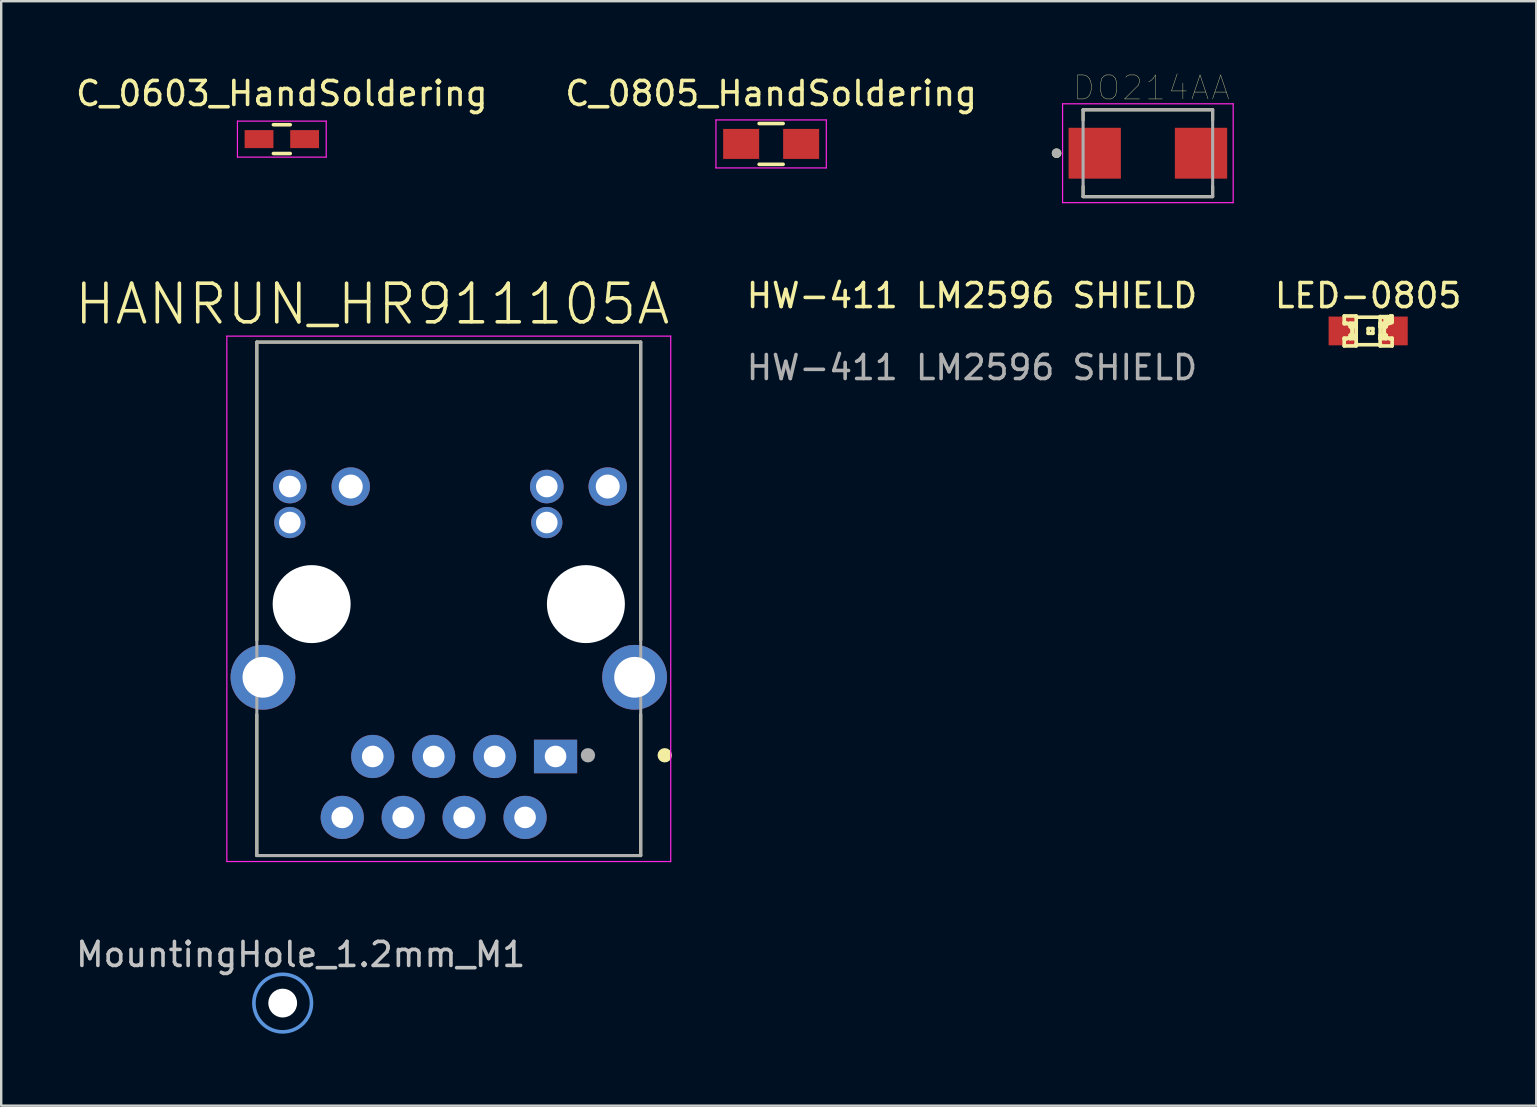
<source format=kicad_pcb>
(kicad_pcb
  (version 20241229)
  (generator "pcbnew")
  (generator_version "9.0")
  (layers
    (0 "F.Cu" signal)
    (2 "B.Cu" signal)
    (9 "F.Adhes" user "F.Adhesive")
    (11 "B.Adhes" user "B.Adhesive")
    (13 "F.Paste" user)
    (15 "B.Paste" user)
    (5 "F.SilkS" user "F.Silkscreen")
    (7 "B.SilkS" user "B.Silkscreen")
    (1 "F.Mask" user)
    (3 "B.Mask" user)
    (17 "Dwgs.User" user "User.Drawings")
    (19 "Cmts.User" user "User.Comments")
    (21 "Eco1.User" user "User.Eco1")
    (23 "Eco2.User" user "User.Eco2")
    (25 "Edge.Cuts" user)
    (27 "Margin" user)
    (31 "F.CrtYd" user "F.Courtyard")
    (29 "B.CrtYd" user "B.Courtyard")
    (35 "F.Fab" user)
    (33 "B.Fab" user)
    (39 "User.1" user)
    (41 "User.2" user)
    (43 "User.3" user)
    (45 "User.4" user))
  (footprint "MountingHole_1.2mm_M1"
    (layer "F.Cu")
    (at 8.732 38.756)
    (property "Reference" "MountingHole_1.2mm_M1" (at 0.75 -2.025 0) (layer "Dwgs.User") (effects (font (size 1 1) (thickness 0.15))))
    (attr through_hole)
    (fp_circle (center 0 0) (end 1.2 0) (stroke (width 0.15) (type solid)) (fill no) (layer "Cmts.User"))
    (pad "" np_thru_hole circle (at 0 0) (size 1.2 1.2) (drill 1.2) (layers "*.Cu" "*.Mask")))
  (footprint "DO214AA"
    (layer "F.Cu")
    (at 44.791 3.336)
    (property "Reference" "DO214AA" (at 0.15 -2.725 0) (layer "F.SilkS") (effects (font (size 1 1) (thickness 0.015))))
    (attr through_hole)
    (fp_line (start -2.7 -1.81) (end -2.7 -1.38) (stroke (width 0.127) (type solid)) (layer "F.SilkS"))
    (fp_line (start -2.7 -1.81) (end 2.7 -1.81) (stroke (width 0.127) (type solid)) (layer "F.SilkS"))
    (fp_line (start -2.7 1.38) (end -2.7 1.81) (stroke (width 0.127) (type solid)) (layer "F.SilkS"))
    (fp_line (start 2.7 -1.81) (end 2.7 -1.38) (stroke (width 0.127) (type solid)) (layer "F.SilkS"))
    (fp_line (start 2.7 1.38) (end 2.7 1.81) (stroke (width 0.127) (type solid)) (layer "F.SilkS"))
    (fp_line (start 2.7 1.81) (end -2.7 1.81) (stroke (width 0.127) (type solid)) (layer "F.SilkS"))
    (fp_circle (center -3.805 0) (end -3.705 0) (stroke (width 0.2) (type solid)) (fill no) (layer "F.SilkS"))
    (fp_line (start -3.555 -2.06) (end 3.555 -2.06) (stroke (width 0.05) (type solid)) (layer "F.CrtYd"))
    (fp_line (start -3.555 2.06) (end -3.555 -2.06) (stroke (width 0.05) (type solid)) (layer "F.CrtYd"))
    (fp_line (start 3.555 -2.06) (end 3.555 2.06) (stroke (width 0.05) (type solid)) (layer "F.CrtYd"))
    (fp_line (start 3.555 2.06) (end -3.555 2.06) (stroke (width 0.05) (type solid)) (layer "F.CrtYd"))
    (fp_line (start -2.7 -1.81) (end 2.7 -1.81) (stroke (width 0.127) (type solid)) (layer "F.Fab"))
    (fp_line (start -2.7 1.81) (end -2.7 -1.81) (stroke (width 0.127) (type solid)) (layer "F.Fab"))
    (fp_line (start 2.7 -1.81) (end 2.7 1.81) (stroke (width 0.127) (type solid)) (layer "F.Fab"))
    (fp_line (start 2.7 1.81) (end -2.7 1.81) (stroke (width 0.127) (type solid)) (layer "F.Fab"))
    (fp_circle (center -3.805 0) (end -3.705 0) (stroke (width 0.2) (type solid)) (fill no) (layer "F.Fab"))
    (pad "1" smd rect (at -2.215 0) (size 2.18 2.12) (layers "F.Cu" "F.Mask" "F.Paste"))
    (pad "2" smd rect (at 2.215 0) (size 2.18 2.12) (layers "F.Cu" "F.Mask" "F.Paste")))
  (footprint "HANRUN_HR911105A"
    (layer "F.Cu")
    (at 15.654 22.128)
    (property "Reference" "HANRUN_HR911105A" (at -3.188 -12.503 0) (layer "F.SilkS") (effects (font (size 1.608 1.608) (thickness 0.15))))
    (attr through_hole)
    (fp_line (start -8 -10.92) (end -8 1.5) (stroke (width 0.127) (type solid)) (layer "F.SilkS"))
    (fp_line (start -8 4.6) (end -8 10.48) (stroke (width 0.127) (type solid)) (layer "F.SilkS"))
    (fp_line (start 8 -10.92) (end -8 -10.92) (stroke (width 0.127) (type solid)) (layer "F.SilkS"))
    (fp_line (start 8 -10.92) (end 8 1.5) (stroke (width 0.127) (type solid)) (layer "F.SilkS"))
    (fp_line (start 8 4.6) (end 8 10.48) (stroke (width 0.127) (type solid)) (layer "F.SilkS"))
    (fp_line (start 8 10.48) (end -8 10.48) (stroke (width 0.127) (type solid)) (layer "F.SilkS"))
    (fp_circle (center 9 6.3) (end 9.15 6.3) (stroke (width 0.3) (type solid)) (fill no) (layer "F.SilkS"))
    (fp_line (start -9.25 -11.17) (end -9.25 10.73) (stroke (width 0.05) (type solid)) (layer "F.CrtYd"))
    (fp_line (start -9.25 10.73) (end 9.25 10.73) (stroke (width 0.05) (type solid)) (layer "F.CrtYd"))
    (fp_line (start 9.25 -11.17) (end -9.25 -11.17) (stroke (width 0.05) (type solid)) (layer "F.CrtYd"))
    (fp_line (start 9.25 10.73) (end 9.25 -11.17) (stroke (width 0.05) (type solid)) (layer "F.CrtYd"))
    (fp_line (start -8 -10.92) (end -8 10.48) (stroke (width 0.127) (type solid)) (layer "F.Fab"))
    (fp_line (start -8 10.48) (end 8 10.48) (stroke (width 0.127) (type solid)) (layer "F.Fab"))
    (fp_line (start 8 -10.92) (end -8 -10.92) (stroke (width 0.127) (type solid)) (layer "F.Fab"))
    (fp_line (start 8 10.48) (end 8 -10.92) (stroke (width 0.127) (type solid)) (layer "F.Fab"))
    (fp_circle (center 5.8 6.3) (end 5.95 6.3) (stroke (width 0.3) (type solid)) (fill no) (layer "F.Fab"))
    (pad "" np_thru_hole circle (at -5.715 0) (size 3.25 3.25) (drill 3.25) (layers "*.Cu" "*.Mask"))
    (pad "" np_thru_hole circle (at 5.715 0) (size 3.25 3.25) (drill 3.25) (layers "*.Cu" "*.Mask"))
    (pad "1" thru_hole rect (at 4.45 6.35) (size 1.8 1.398) (drill 0.9) (layers "*.Cu" "*.Mask"))
    (pad "2" thru_hole circle (at 3.18 8.89) (size 1.8 1.8) (drill 0.9) (layers "*.Cu" "*.Mask"))
    (pad "3" thru_hole circle (at 1.91 6.35) (size 1.8 1.8) (drill 0.9) (layers "*.Cu" "*.Mask"))
    (pad "4" thru_hole circle (at 0.64 8.89) (size 1.8 1.8) (drill 0.9) (layers "*.Cu" "*.Mask"))
    (pad "5" thru_hole circle (at -0.63 6.35) (size 1.8 1.8) (drill 0.9) (layers "*.Cu" "*.Mask"))
    (pad "6" thru_hole circle (at -1.9 8.89) (size 1.8 1.8) (drill 0.9) (layers "*.Cu" "*.Mask"))
    (pad "7" thru_hole circle (at -3.17 6.35) (size 1.8 1.8) (drill 0.9) (layers "*.Cu" "*.Mask"))
    (pad "8" thru_hole circle (at -4.44 8.89) (size 1.8 1.8) (drill 0.9) (layers "*.Cu" "*.Mask"))
    (pad "9" thru_hole circle (at 6.625 -4.9) (size 1.6 1.6) (drill 1) (layers "*.Cu" "*.Mask"))
    (pad "10" thru_hole circle (at 4.085 -4.9) (size 1.4 1.4) (drill 0.9) (layers "*.Cu" "*.Mask"))
    (pad "10" thru_hole circle (at 4.085 -3.4) (size 1.3 1.3) (drill 0.9) (layers "*.Cu" "*.Mask"))
    (pad "11" thru_hole circle (at -4.085 -4.9) (size 1.6 1.6) (drill 1) (layers "*.Cu" "*.Mask"))
    (pad "12" thru_hole circle (at -6.625 -4.9) (size 1.4 1.4) (drill 0.9) (layers "*.Cu" "*.Mask"))
    (pad "12" thru_hole circle (at -6.625 -3.4) (size 1.3 1.3) (drill 0.9) (layers "*.Cu" "*.Mask"))
    (pad "15" thru_hole circle (at 7.745 3.05) (size 2.7 2.7) (drill 1.7) (layers "*.Cu" "*.Mask"))
    (pad "16" thru_hole circle (at -7.745 3.05) (size 2.7 2.7) (drill 1.7) (layers "*.Cu" "*.Mask")))
  (footprint "C_0805_HandSoldering"
    (layer "F.Cu")
    (at 29.089 2.948)
    (property "Reference" "C_0805_HandSoldering" (at 0 -2.1 0) (layer "F.SilkS") (effects (font (size 1 1) (thickness 0.15))))
    (attr smd)
    (fp_line (start -0.5 0.85) (end 0.5 0.85) (stroke (width 0.15) (type solid)) (layer "F.SilkS"))
    (fp_line (start 0.5 -0.85) (end -0.5 -0.85) (stroke (width 0.15) (type solid)) (layer "F.SilkS"))
    (fp_line (start -2.3 -1) (end -2.3 1) (stroke (width 0.05) (type solid)) (layer "F.CrtYd"))
    (fp_line (start -2.3 -1) (end 2.3 -1) (stroke (width 0.05) (type solid)) (layer "F.CrtYd"))
    (fp_line (start -2.3 1) (end 2.3 1) (stroke (width 0.05) (type solid)) (layer "F.CrtYd"))
    (fp_line (start 2.3 -1) (end 2.3 1) (stroke (width 0.05) (type solid)) (layer "F.CrtYd"))
    (pad "1" smd rect (at -1.25 0) (size 1.5 1.25) (layers "F.Cu" "F.Mask" "F.Paste"))
    (pad "2" smd rect (at 1.25 0) (size 1.5 1.25) (layers "F.Cu" "F.Mask" "F.Paste")))
  (footprint "C_0603_HandSoldering"
    (layer "F.Cu")
    (at 8.696 2.748)
    (property "Reference" "C_0603_HandSoldering" (at 0 -1.9 0) (layer "F.SilkS") (effects (font (size 1 1) (thickness 0.15))))
    (attr smd)
    (fp_line (start -0.35 -0.6) (end 0.35 -0.6) (stroke (width 0.15) (type solid)) (layer "F.SilkS"))
    (fp_line (start 0.35 0.6) (end -0.35 0.6) (stroke (width 0.15) (type solid)) (layer "F.SilkS"))
    (fp_line (start -1.85 -0.75) (end -1.85 0.75) (stroke (width 0.05) (type solid)) (layer "F.CrtYd"))
    (fp_line (start -1.85 -0.75) (end 1.85 -0.75) (stroke (width 0.05) (type solid)) (layer "F.CrtYd"))
    (fp_line (start -1.85 0.75) (end 1.85 0.75) (stroke (width 0.05) (type solid)) (layer "F.CrtYd"))
    (fp_line (start 1.85 -0.75) (end 1.85 0.75) (stroke (width 0.05) (type solid)) (layer "F.CrtYd"))
    (pad "1" smd rect (at -0.95 0) (size 1.2 0.75) (layers "F.Cu" "F.Mask" "F.Paste"))
    (pad "2" smd rect (at 0.95 0) (size 1.2 0.75) (layers "F.Cu" "F.Mask" "F.Paste")))
  (footprint "HW-411 LM2596 SHIELD"
    (layer "F.Cu")
    (at 37.46 9.77)
    (property "Reference" "HW-411 LM2596 SHIELD" (at 0 -0.5 0) (unlocked yes) (layer "F.SilkS") (effects (font (size 1 1) (thickness 0.15))))
    (attr through_hole)
    (fp_text user "${REFERENCE}" (at 0 2.5 0) (unlocked yes) (layer "F.Fab") (effects (font (size 1 1) (thickness 0.15)))))
  (footprint "LED-0805"
    (layer "F.Cu")
    (at 53.972 10.743)
    (property "Reference" "LED-0805" (at 0 -1.473 0) (layer "F.SilkS") (effects (font (size 1 1) (thickness 0.15))))
    (attr smd)
    (fp_line (start -0.998 -0.625) (end -0.998 -0.3) (stroke (width 0.15) (type solid)) (layer "F.SilkS"))
    (fp_line (start -0.998 -0.625) (end -0.498 -0.625) (stroke (width 0.15) (type solid)) (layer "F.SilkS"))
    (fp_line (start -0.998 -0.3) (end -0.498 -0.3) (stroke (width 0.15) (type solid)) (layer "F.SilkS"))
    (fp_line (start -0.998 0.3) (end -0.998 0.625) (stroke (width 0.15) (type solid)) (layer "F.SilkS"))
    (fp_line (start -0.998 0.3) (end -0.498 0.3) (stroke (width 0.15) (type solid)) (layer "F.SilkS"))
    (fp_line (start -0.998 0.625) (end -0.498 0.625) (stroke (width 0.15) (type solid)) (layer "F.SilkS"))
    (fp_line (start -0.749 -0.323) (end -0.749 -0.173) (stroke (width 0.15) (type solid)) (layer "F.SilkS"))
    (fp_line (start -0.749 -0.323) (end -0.498 -0.323) (stroke (width 0.15) (type solid)) (layer "F.SilkS"))
    (fp_line (start -0.749 -0.173) (end -0.498 -0.173) (stroke (width 0.15) (type solid)) (layer "F.SilkS"))
    (fp_line (start -0.749 0.173) (end -0.749 0.323) (stroke (width 0.15) (type solid)) (layer "F.SilkS"))
    (fp_line (start -0.749 0.173) (end -0.498 0.173) (stroke (width 0.15) (type solid)) (layer "F.SilkS"))
    (fp_line (start -0.749 0.323) (end -0.498 0.323) (stroke (width 0.15) (type solid)) (layer "F.SilkS"))
    (fp_line (start -0.673 -0.198) (end -0.673 0.198) (stroke (width 0.15) (type solid)) (layer "F.SilkS"))
    (fp_line (start -0.673 -0.198) (end -0.498 -0.198) (stroke (width 0.15) (type solid)) (layer "F.SilkS"))
    (fp_line (start -0.673 0.198) (end -0.498 0.198) (stroke (width 0.15) (type solid)) (layer "F.SilkS"))
    (fp_line (start -0.498 -0.625) (end -0.498 -0.3) (stroke (width 0.15) (type solid)) (layer "F.SilkS"))
    (fp_line (start -0.498 -0.574) (end 0.925 -0.574) (stroke (width 0.15) (type solid)) (layer "F.SilkS"))
    (fp_line (start -0.498 -0.323) (end -0.498 -0.173) (stroke (width 0.15) (type solid)) (layer "F.SilkS"))
    (fp_line (start -0.498 -0.198) (end -0.498 0.198) (stroke (width 0.15) (type solid)) (layer "F.SilkS"))
    (fp_line (start -0.498 0.173) (end -0.498 0.323) (stroke (width 0.15) (type solid)) (layer "F.SilkS"))
    (fp_line (start -0.498 0.3) (end -0.498 0.625) (stroke (width 0.15) (type solid)) (layer "F.SilkS"))
    (fp_line (start 0 -0.099) (end 0 0.099) (stroke (width 0.15) (type solid)) (layer "F.SilkS"))
    (fp_line (start 0 -0.099) (end 0.198 -0.099) (stroke (width 0.15) (type solid)) (layer "F.SilkS"))
    (fp_line (start 0 0.099) (end 0.198 0.099) (stroke (width 0.15) (type solid)) (layer "F.SilkS"))
    (fp_line (start 0.198 -0.099) (end 0.198 0.099) (stroke (width 0.15) (type solid)) (layer "F.SilkS"))
    (fp_line (start 0.498 -0.599) (end 0.498 -0.3) (stroke (width 0.15) (type solid)) (layer "F.SilkS"))
    (fp_line (start 0.498 -0.599) (end 0.798 -0.599) (stroke (width 0.15) (type solid)) (layer "F.SilkS"))
    (fp_line (start 0.498 -0.323) (end 0.498 -0.173) (stroke (width 0.15) (type solid)) (layer "F.SilkS"))
    (fp_line (start 0.498 -0.323) (end 0.749 -0.323) (stroke (width 0.15) (type solid)) (layer "F.SilkS"))
    (fp_line (start 0.498 -0.3) (end 0.798 -0.3) (stroke (width 0.15) (type solid)) (layer "F.SilkS"))
    (fp_line (start 0.498 -0.198) (end 0.498 0.198) (stroke (width 0.15) (type solid)) (layer "F.SilkS"))
    (fp_line (start 0.498 -0.198) (end 0.673 -0.198) (stroke (width 0.15) (type solid)) (layer "F.SilkS"))
    (fp_line (start 0.498 -0.173) (end 0.749 -0.173) (stroke (width 0.15) (type solid)) (layer "F.SilkS"))
    (fp_line (start 0.498 0.173) (end 0.498 0.323) (stroke (width 0.15) (type solid)) (layer "F.SilkS"))
    (fp_line (start 0.498 0.173) (end 0.749 0.173) (stroke (width 0.15) (type solid)) (layer "F.SilkS"))
    (fp_line (start 0.498 0.198) (end 0.673 0.198) (stroke (width 0.15) (type solid)) (layer "F.SilkS"))
    (fp_line (start 0.498 0.3) (end 0.498 0.625) (stroke (width 0.15) (type solid)) (layer "F.SilkS"))
    (fp_line (start 0.498 0.3) (end 0.998 0.3) (stroke (width 0.15) (type solid)) (layer "F.SilkS"))
    (fp_line (start 0.498 0.323) (end 0.749 0.323) (stroke (width 0.15) (type solid)) (layer "F.SilkS"))
    (fp_line (start 0.498 0.625) (end 0.998 0.625) (stroke (width 0.15) (type solid)) (layer "F.SilkS"))
    (fp_line (start 0.523 0.574) (end -0.523 0.574) (stroke (width 0.15) (type solid)) (layer "F.SilkS"))
    (fp_line (start 0.673 -0.198) (end 0.673 0.198) (stroke (width 0.15) (type solid)) (layer "F.SilkS"))
    (fp_line (start 0.749 -0.323) (end 0.749 -0.173) (stroke (width 0.15) (type solid)) (layer "F.SilkS"))
    (fp_line (start 0.749 0.173) (end 0.749 0.323) (stroke (width 0.15) (type solid)) (layer "F.SilkS"))
    (fp_line (start 0.798 -0.599) (end 0.798 -0.3) (stroke (width 0.15) (type solid)) (layer "F.SilkS"))
    (fp_line (start 0.925 -0.625) (end 0.925 -0.399) (stroke (width 0.15) (type solid)) (layer "F.SilkS"))
    (fp_line (start 0.925 -0.625) (end 0.998 -0.625) (stroke (width 0.15) (type solid)) (layer "F.SilkS"))
    (fp_line (start 0.925 -0.399) (end 0.998 -0.399) (stroke (width 0.15) (type solid)) (layer "F.SilkS"))
    (fp_line (start 0.998 -0.625) (end 0.998 -0.399) (stroke (width 0.15) (type solid)) (layer "F.SilkS"))
    (fp_line (start 0.998 0.3) (end 0.998 0.625) (stroke (width 0.15) (type solid)) (layer "F.SilkS"))
    (fp_arc (start -0.99822 -0.34798) (mid -0.65024 0) (end -0.99822 0.34798) (stroke (width 0.15) (type solid)) (layer "F.SilkS"))
    (fp_arc (start 0.99822 0.34798) (mid 0.65024 0) (end 0.99822 -0.34798) (stroke (width 0.15) (type solid)) (layer "F.SilkS"))
    (fp_circle (center 0.848 -0.45) (end 0.899 -0.5) (stroke (width 0.15) (type solid)) (fill no) (layer "F.SilkS"))
    (pad "1" smd rect (at -1.049 0) (size 1.199 1.199) (layers "F.Cu" "F.Mask" "F.Paste"))
    (pad "2" smd rect (at 1.049 0) (size 1.199 1.199) (layers "F.Cu" "F.Mask" "F.Paste")))
  (gr_rect
    (start -3 -3)
    (end 60.978 43.031)
    (stroke (width 0.1) (type default))
    (fill no)
    (layer "Edge.Cuts")))
</source>
